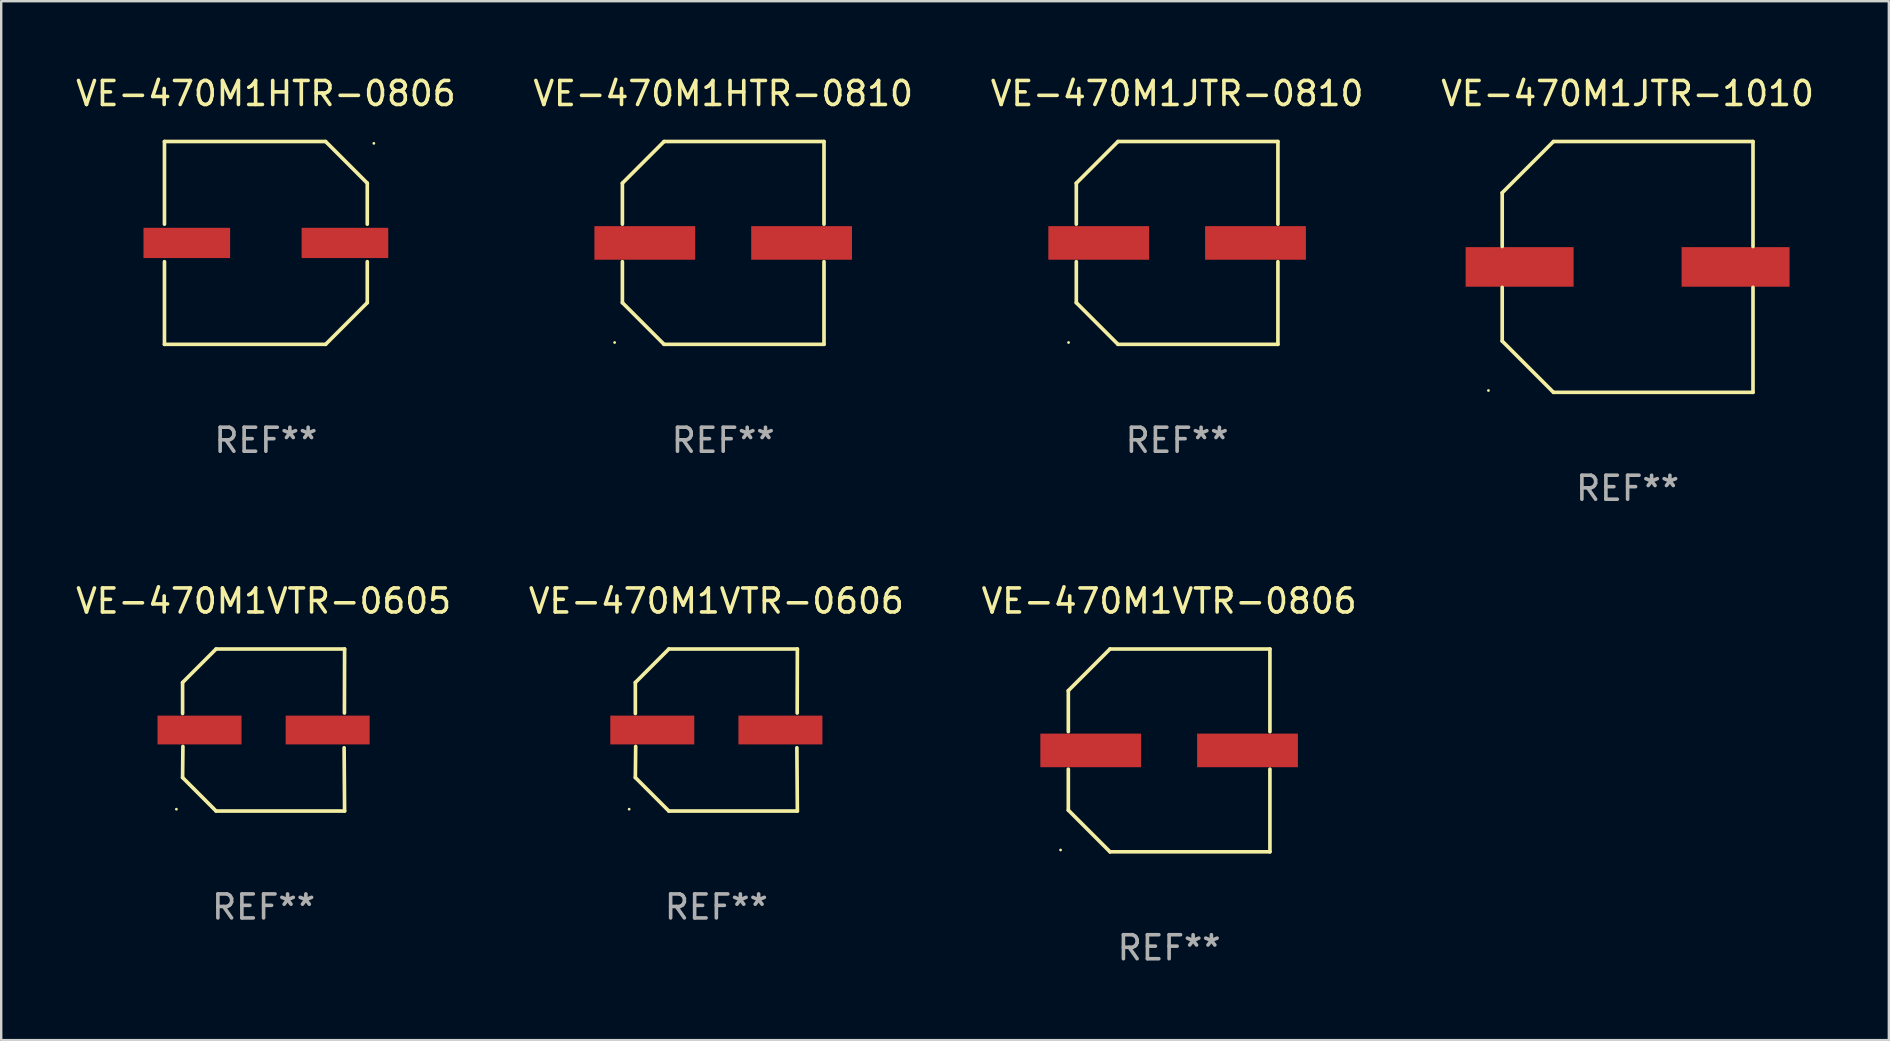
<source format=kicad_pcb>
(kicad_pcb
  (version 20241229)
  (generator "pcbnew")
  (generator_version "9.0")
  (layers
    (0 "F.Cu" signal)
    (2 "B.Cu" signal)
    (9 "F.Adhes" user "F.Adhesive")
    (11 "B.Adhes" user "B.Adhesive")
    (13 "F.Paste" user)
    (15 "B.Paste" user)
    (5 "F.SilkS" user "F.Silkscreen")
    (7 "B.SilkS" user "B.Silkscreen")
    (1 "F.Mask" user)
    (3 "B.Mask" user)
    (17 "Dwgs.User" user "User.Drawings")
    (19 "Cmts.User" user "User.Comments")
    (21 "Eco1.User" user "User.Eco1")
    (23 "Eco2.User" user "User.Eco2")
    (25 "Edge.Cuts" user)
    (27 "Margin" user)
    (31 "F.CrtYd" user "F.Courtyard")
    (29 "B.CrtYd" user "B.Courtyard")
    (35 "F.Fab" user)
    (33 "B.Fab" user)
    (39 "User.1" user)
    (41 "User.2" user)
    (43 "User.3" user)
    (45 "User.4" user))
  (footprint "VE-470M1HTR-0810"
    (layer "F.Cu")
    (at 27.089 7.074)
    (property "Reference" "VE-470M1HTR-0810" (at 0 -6.226 0) (layer "F.SilkS") (effects (font (size 1 1) (thickness 0.15))))
    (attr through_hole)
    (fp_line (start -4.201 -2.49) (end -4.201 -0.782) (stroke (width 0.152) (type solid)) (layer "F.SilkS"))
    (fp_line (start -4.201 2.49) (end -4.201 0.782) (stroke (width 0.152) (type solid)) (layer "F.SilkS"))
    (fp_line (start -2.465 -4.226) (end -4.201 -2.49) (stroke (width 0.152) (type solid)) (layer "F.SilkS"))
    (fp_line (start -2.465 4.226) (end -4.201 2.49) (stroke (width 0.152) (type solid)) (layer "F.SilkS"))
    (fp_line (start 4.201 -4.226) (end -2.465 -4.226) (stroke (width 0.152) (type solid)) (layer "F.SilkS"))
    (fp_line (start 4.201 -0.782) (end 4.201 -4.226) (stroke (width 0.152) (type solid)) (layer "F.SilkS"))
    (fp_line (start 4.201 0.782) (end 4.201 4.226) (stroke (width 0.152) (type solid)) (layer "F.SilkS"))
    (fp_line (start 4.201 4.226) (end -2.465 4.226) (stroke (width 0.152) (type solid)) (layer "F.SilkS"))
    (fp_circle (center -4.524 4.15) (end -4.494 4.15) (stroke (width 0.06) (type solid)) (fill no) (layer "F.SilkS"))
    (fp_text user "REF**" (at 0 8.226 0) (layer "F.Fab") (effects (font (size 1 1) (thickness 0.15))))
    (pad "1" smd rect (at -3.267 0) (size 4.2 1.4) (layers "F.Cu" "F.Mask" "F.Paste"))
    (pad "2" smd rect (at 3.267 0) (size 4.2 1.4) (layers "F.Cu" "F.Mask" "F.Paste")))
  (footprint "VE-470M1JTR-0810"
    (layer "F.Cu")
    (at 46.006 7.074)
    (property "Reference" "VE-470M1JTR-0810" (at 0 -6.226 0) (layer "F.SilkS") (effects (font (size 1 1) (thickness 0.15))))
    (attr through_hole)
    (fp_line (start -4.201 -2.49) (end -4.201 -0.782) (stroke (width 0.152) (type solid)) (layer "F.SilkS"))
    (fp_line (start -4.201 2.49) (end -4.201 0.782) (stroke (width 0.152) (type solid)) (layer "F.SilkS"))
    (fp_line (start -2.465 -4.226) (end -4.201 -2.49) (stroke (width 0.152) (type solid)) (layer "F.SilkS"))
    (fp_line (start -2.465 4.226) (end -4.201 2.49) (stroke (width 0.152) (type solid)) (layer "F.SilkS"))
    (fp_line (start 4.201 -4.226) (end -2.465 -4.226) (stroke (width 0.152) (type solid)) (layer "F.SilkS"))
    (fp_line (start 4.201 -0.782) (end 4.201 -4.226) (stroke (width 0.152) (type solid)) (layer "F.SilkS"))
    (fp_line (start 4.201 0.782) (end 4.201 4.226) (stroke (width 0.152) (type solid)) (layer "F.SilkS"))
    (fp_line (start 4.201 4.226) (end -2.465 4.226) (stroke (width 0.152) (type solid)) (layer "F.SilkS"))
    (fp_circle (center -4.524 4.15) (end -4.494 4.15) (stroke (width 0.06) (type solid)) (fill no) (layer "F.SilkS"))
    (fp_text user "REF**" (at 0 8.226 0) (layer "F.Fab") (effects (font (size 1 1) (thickness 0.15))))
    (pad "1" smd rect (at -3.267 0) (size 4.2 1.4) (layers "F.Cu" "F.Mask" "F.Paste"))
    (pad "2" smd rect (at 3.267 0) (size 4.2 1.4) (layers "F.Cu" "F.Mask" "F.Paste")))
  (footprint "VE-470M1VTR-0605"
    (layer "F.Cu")
    (at 7.935 27.373)
    (property "Reference" "VE-470M1VTR-0605" (at 0 -5.376 0) (layer "F.SilkS") (effects (font (size 1 1) (thickness 0.15))))
    (attr through_hole)
    (fp_line (start -3.376 -1.98) (end -3.376 -0.686) (stroke (width 0.152) (type solid)) (layer "F.SilkS"))
    (fp_line (start -3.376 1.981) (end -3.362 0.686) (stroke (width 0.152) (type solid)) (layer "F.SilkS"))
    (fp_line (start -1.981 3.376) (end -3.376 1.981) (stroke (width 0.152) (type solid)) (layer "F.SilkS"))
    (fp_line (start -1.98 -3.376) (end -3.376 -1.98) (stroke (width 0.152) (type solid)) (layer "F.SilkS"))
    (fp_line (start 3.356 0.74) (end 3.376 3.376) (stroke (width 0.152) (type solid)) (layer "F.SilkS"))
    (fp_line (start 3.369 -0.707) (end 3.376 -3.376) (stroke (width 0.152) (type solid)) (layer "F.SilkS"))
    (fp_line (start 3.376 3.376) (end -1.981 3.376) (stroke (width 0.152) (type solid)) (layer "F.SilkS"))
    (fp_line (start 3.376 -3.376) (end -1.98 -3.376) (stroke (width 0.152) (type solid)) (layer "F.SilkS"))
    (fp_circle (center -3.634 3.3) (end -3.604 3.3) (stroke (width 0.06) (type solid)) (fill no) (layer "F.SilkS"))
    (fp_text user "REF**" (at 0 7.376 0) (layer "F.Fab") (effects (font (size 1 1) (thickness 0.15))))
    (pad "1" smd rect (at -2.67 0.000254) (size 3.5 1.2) (layers "F.Cu" "F.Mask" "F.Paste"))
    (pad "2" smd rect (at 2.67 0.000254) (size 3.5 1.2) (layers "F.Cu" "F.Mask" "F.Paste")))
  (footprint "VE-470M1JTR-1010"
    (layer "F.Cu")
    (at 64.78 8.074)
    (property "Reference" "VE-470M1JTR-1010" (at 0 -7.226 0) (layer "F.SilkS") (effects (font (size 1 1) (thickness 0.15))))
    (attr through_hole)
    (fp_line (start -5.226 -3.09) (end -5.226 -0.852) (stroke (width 0.152) (type solid)) (layer "F.SilkS"))
    (fp_line (start -5.226 3.09) (end -5.226 0.852) (stroke (width 0.152) (type solid)) (layer "F.SilkS"))
    (fp_line (start -3.09 -5.226) (end -5.226 -3.09) (stroke (width 0.152) (type solid)) (layer "F.SilkS"))
    (fp_line (start -3.09 5.226) (end -5.226 3.09) (stroke (width 0.152) (type solid)) (layer "F.SilkS"))
    (fp_line (start 5.226 -5.226) (end -3.09 -5.226) (stroke (width 0.152) (type solid)) (layer "F.SilkS"))
    (fp_line (start 5.226 -0.852) (end 5.226 -5.226) (stroke (width 0.152) (type solid)) (layer "F.SilkS"))
    (fp_line (start 5.226 0.852) (end 5.226 5.226) (stroke (width 0.152) (type solid)) (layer "F.SilkS"))
    (fp_line (start 5.226 5.226) (end -3.09 5.226) (stroke (width 0.152) (type solid)) (layer "F.SilkS"))
    (fp_circle (center -5.8 5.15) (end -5.77 5.15) (stroke (width 0.06) (type solid)) (fill no) (layer "F.SilkS"))
    (fp_text user "REF**" (at 0 9.226 0) (layer "F.Fab") (effects (font (size 1 1) (thickness 0.15))))
    (pad "1" smd rect (at -4.5 0) (size 4.5 1.65) (layers "F.Cu" "F.Mask" "F.Paste"))
    (pad "2" smd rect (at 4.5 0) (size 4.5 1.65) (layers "F.Cu" "F.Mask" "F.Paste")))
  (footprint "VE-470M1VTR-0606"
    (layer "F.Cu")
    (at 26.804 27.373)
    (property "Reference" "VE-470M1VTR-0606" (at 0 -5.376 0) (layer "F.SilkS") (effects (font (size 1 1) (thickness 0.15))))
    (attr through_hole)
    (fp_line (start -3.376 -1.98) (end -3.376 -0.686) (stroke (width 0.152) (type solid)) (layer "F.SilkS"))
    (fp_line (start -3.376 1.981) (end -3.362 0.686) (stroke (width 0.152) (type solid)) (layer "F.SilkS"))
    (fp_line (start -1.981 3.376) (end -3.376 1.981) (stroke (width 0.152) (type solid)) (layer "F.SilkS"))
    (fp_line (start -1.98 -3.376) (end -3.376 -1.98) (stroke (width 0.152) (type solid)) (layer "F.SilkS"))
    (fp_line (start 3.356 0.74) (end 3.376 3.376) (stroke (width 0.152) (type solid)) (layer "F.SilkS"))
    (fp_line (start 3.369 -0.707) (end 3.376 -3.376) (stroke (width 0.152) (type solid)) (layer "F.SilkS"))
    (fp_line (start 3.376 3.376) (end -1.981 3.376) (stroke (width 0.152) (type solid)) (layer "F.SilkS"))
    (fp_line (start 3.376 -3.376) (end -1.98 -3.376) (stroke (width 0.152) (type solid)) (layer "F.SilkS"))
    (fp_circle (center -3.634 3.3) (end -3.604 3.3) (stroke (width 0.06) (type solid)) (fill no) (layer "F.SilkS"))
    (fp_text user "REF**" (at 0 7.376 0) (layer "F.Fab") (effects (font (size 1 1) (thickness 0.15))))
    (pad "1" smd rect (at -2.67 0.000254) (size 3.5 1.2) (layers "F.Cu" "F.Mask" "F.Paste"))
    (pad "2" smd rect (at 2.67 0.000254) (size 3.5 1.2) (layers "F.Cu" "F.Mask" "F.Paste")))
  (footprint "VE-470M1HTR-0806"
    (layer "F.Cu")
    (at 8.03 7.074)
    (property "Reference" "VE-470M1HTR-0806" (at 0 -6.226 0) (layer "F.SilkS") (effects (font (size 1 1) (thickness 0.15))))
    (attr through_hole)
    (fp_line (start -4.226 -4.226) (end 2.49 -4.226) (stroke (width 0.152) (type solid)) (layer "F.SilkS"))
    (fp_line (start -4.226 -0.782) (end -4.226 -4.226) (stroke (width 0.152) (type solid)) (layer "F.SilkS"))
    (fp_line (start -4.226 0.782) (end -4.226 4.226) (stroke (width 0.152) (type solid)) (layer "F.SilkS"))
    (fp_line (start -4.226 4.226) (end 2.49 4.226) (stroke (width 0.152) (type solid)) (layer "F.SilkS"))
    (fp_line (start 2.49 -4.226) (end 4.226 -2.49) (stroke (width 0.152) (type solid)) (layer "F.SilkS"))
    (fp_line (start 2.49 4.226) (end 4.226 2.49) (stroke (width 0.152) (type solid)) (layer "F.SilkS"))
    (fp_line (start 4.226 -2.49) (end 4.226 -0.782) (stroke (width 0.152) (type solid)) (layer "F.SilkS"))
    (fp_line (start 4.226 2.49) (end 4.226 0.782) (stroke (width 0.152) (type solid)) (layer "F.SilkS"))
    (fp_circle (center 4.5 -4.15) (end 4.53 -4.15) (stroke (width 0.06) (type solid)) (fill no) (layer "F.SilkS"))
    (fp_text user "REF**" (at 0 8.226 0) (layer "F.Fab") (effects (font (size 1 1) (thickness 0.15))))
    (pad "1" smd rect (at 3.295 0 180) (size 3.61 1.26) (layers "F.Cu" "F.Mask" "F.Paste"))
    (pad "2" smd rect (at -3.295 0 180) (size 3.61 1.26) (layers "F.Cu" "F.Mask" "F.Paste")))
  (footprint "VE-470M1VTR-0806"
    (layer "F.Cu")
    (at 45.673 28.223)
    (property "Reference" "VE-470M1VTR-0806" (at 0 -6.226 0) (layer "F.SilkS") (effects (font (size 1 1) (thickness 0.15))))
    (attr through_hole)
    (fp_line (start -4.201 -2.49) (end -4.201 -0.782) (stroke (width 0.152) (type solid)) (layer "F.SilkS"))
    (fp_line (start -4.201 2.49) (end -4.201 0.782) (stroke (width 0.152) (type solid)) (layer "F.SilkS"))
    (fp_line (start -2.465 -4.226) (end -4.201 -2.49) (stroke (width 0.152) (type solid)) (layer "F.SilkS"))
    (fp_line (start -2.465 4.226) (end -4.201 2.49) (stroke (width 0.152) (type solid)) (layer "F.SilkS"))
    (fp_line (start 4.201 -4.226) (end -2.465 -4.226) (stroke (width 0.152) (type solid)) (layer "F.SilkS"))
    (fp_line (start 4.201 -0.782) (end 4.201 -4.226) (stroke (width 0.152) (type solid)) (layer "F.SilkS"))
    (fp_line (start 4.201 0.782) (end 4.201 4.226) (stroke (width 0.152) (type solid)) (layer "F.SilkS"))
    (fp_line (start 4.201 4.226) (end -2.465 4.226) (stroke (width 0.152) (type solid)) (layer "F.SilkS"))
    (fp_circle (center -4.524 4.15) (end -4.494 4.15) (stroke (width 0.06) (type solid)) (fill no) (layer "F.SilkS"))
    (fp_text user "REF**" (at 0 8.226 0) (layer "F.Fab") (effects (font (size 1 1) (thickness 0.15))))
    (pad "1" smd rect (at -3.267 0) (size 4.2 1.4) (layers "F.Cu" "F.Mask" "F.Paste"))
    (pad "2" smd rect (at 3.267 0) (size 4.2 1.4) (layers "F.Cu" "F.Mask" "F.Paste")))
  (gr_rect
    (start -3 -3)
    (end 75.667 40.298)
    (stroke (width 0.1) (type default))
    (fill no)
    (layer "Edge.Cuts")))
</source>
